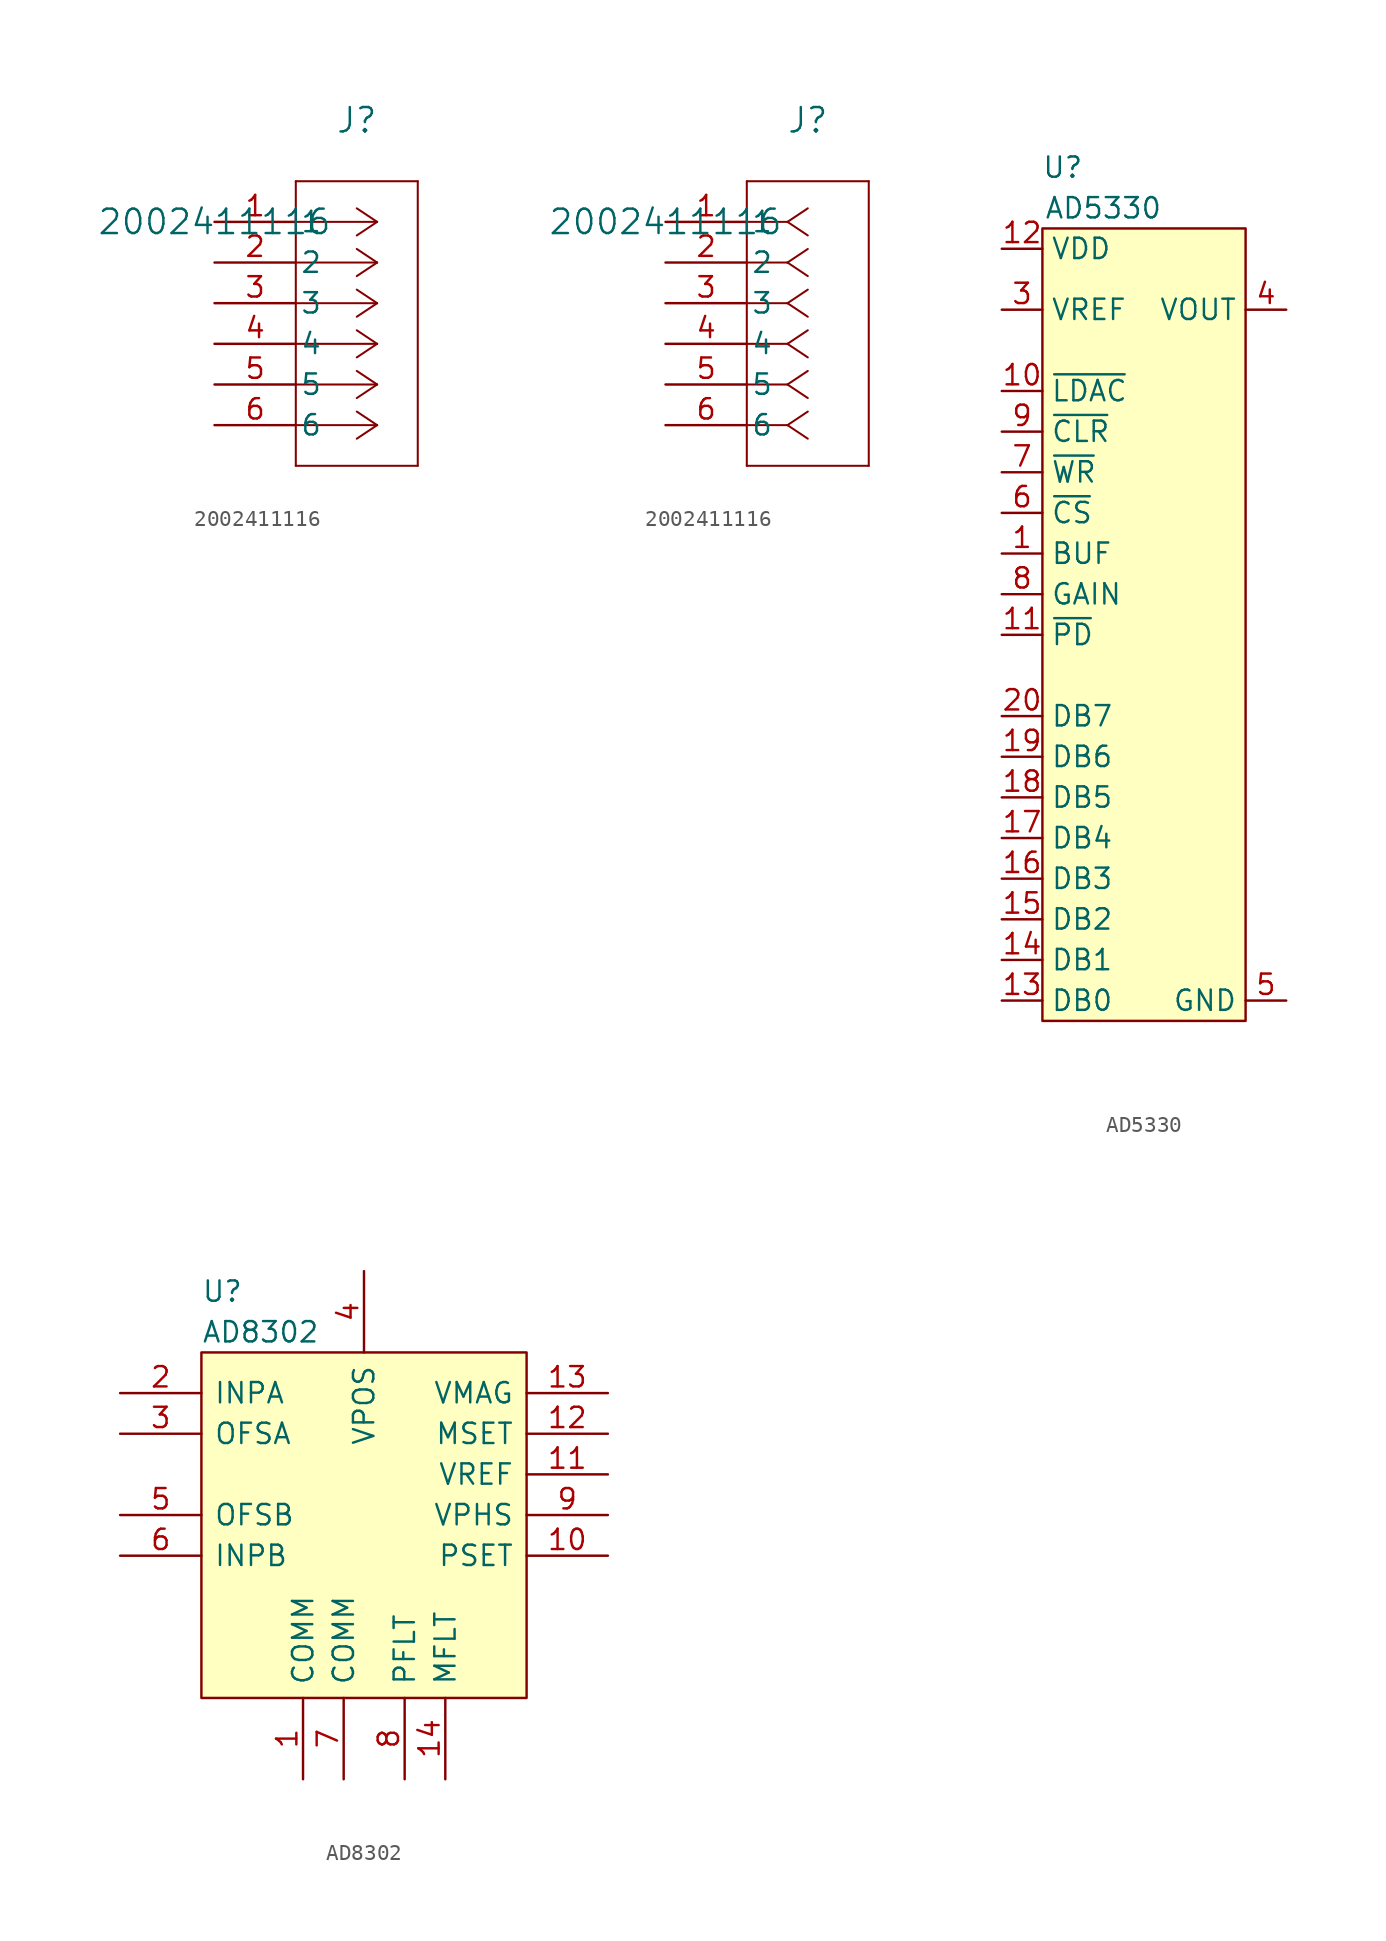
<source format=kicad_sym>
(kicad_symbol_lib
  (version 20231120)
  (generator "kicad_symbol_editor")
  (generator_version "8.0")
  (symbol "2002411116"
    (pin_names
      (offset 0.254))
    (property "Reference" "J"
      (at 8.89 6.35 0)
      (effects (font (size 1.524 1.524))))
    (property "Value" "2002411116"
      (at 0 0 0)
      (effects (font (size 1.524 1.524))))
    (property "ki_locked" ""
      (at 0 0 0)
      (effects (font (size 1.27 1.27))))
    (symbol "2002411116_1_1"
      (polyline (pts (xy 5.08 -15.24) (xy 12.7 -15.24)) (stroke (width 0.127) (type default)) (fill (type none)))
      (polyline (pts (xy 5.08 2.54) (xy 5.08 -15.24)) (stroke (width 0.127) (type default)) (fill (type none)))
      (polyline (pts (xy 10.16 -12.7) (xy 5.08 -12.7)) (stroke (width 0.127) (type default)) (fill (type none)))
      (polyline (pts (xy 10.16 -12.7) (xy 8.89 -13.547)) (stroke (width 0.127) (type default)) (fill (type none)))
      (polyline (pts (xy 10.16 -12.7) (xy 8.89 -11.853)) (stroke (width 0.127) (type default)) (fill (type none)))
      (polyline (pts (xy 10.16 -10.16) (xy 5.08 -10.16)) (stroke (width 0.127) (type default)) (fill (type none)))
      (polyline (pts (xy 10.16 -10.16) (xy 8.89 -11.007)) (stroke (width 0.127) (type default)) (fill (type none)))
      (polyline (pts (xy 10.16 -10.16) (xy 8.89 -9.313)) (stroke (width 0.127) (type default)) (fill (type none)))
      (polyline (pts (xy 10.16 -7.62) (xy 5.08 -7.62)) (stroke (width 0.127) (type default)) (fill (type none)))
      (polyline (pts (xy 10.16 -7.62) (xy 8.89 -8.467)) (stroke (width 0.127) (type default)) (fill (type none)))
      (polyline (pts (xy 10.16 -7.62) (xy 8.89 -6.773)) (stroke (width 0.127) (type default)) (fill (type none)))
      (polyline (pts (xy 10.16 -5.08) (xy 5.08 -5.08)) (stroke (width 0.127) (type default)) (fill (type none)))
      (polyline (pts (xy 10.16 -5.08) (xy 8.89 -5.927)) (stroke (width 0.127) (type default)) (fill (type none)))
      (polyline (pts (xy 10.16 -5.08) (xy 8.89 -4.233)) (stroke (width 0.127) (type default)) (fill (type none)))
      (polyline (pts (xy 10.16 -2.54) (xy 5.08 -2.54)) (stroke (width 0.127) (type default)) (fill (type none)))
      (polyline (pts (xy 10.16 -2.54) (xy 8.89 -3.387)) (stroke (width 0.127) (type default)) (fill (type none)))
      (polyline (pts (xy 10.16 -2.54) (xy 8.89 -1.693)) (stroke (width 0.127) (type default)) (fill (type none)))
      (polyline (pts (xy 10.16 0) (xy 5.08 0)) (stroke (width 0.127) (type default)) (fill (type none)))
      (polyline (pts (xy 10.16 0) (xy 8.89 -0.847)) (stroke (width 0.127) (type default)) (fill (type none)))
      (polyline (pts (xy 10.16 0) (xy 8.89 0.847)) (stroke (width 0.127) (type default)) (fill (type none)))
      (polyline (pts (xy 12.7 -15.24) (xy 12.7 2.54)) (stroke (width 0.127) (type default)) (fill (type none)))
      (polyline (pts (xy 12.7 2.54) (xy 5.08 2.54)) (stroke (width 0.127) (type default)) (fill (type none)))
      (pin unspecified line (at 0 0 0) (length 5.08) (name "1" (effects (font (size 1.27 1.27)))) (number "1" (effects (font (size 1.27 1.27)))))
      (pin unspecified line (at 0 -2.54 0) (length 5.08) (name "2" (effects (font (size 1.27 1.27)))) (number "2" (effects (font (size 1.27 1.27)))))
      (pin unspecified line (at 0 -5.08 0) (length 5.08) (name "3" (effects (font (size 1.27 1.27)))) (number "3" (effects (font (size 1.27 1.27)))))
      (pin unspecified line (at 0 -7.62 0) (length 5.08) (name "4" (effects (font (size 1.27 1.27)))) (number "4" (effects (font (size 1.27 1.27)))))
      (pin unspecified line (at 0 -10.16 0) (length 5.08) (name "5" (effects (font (size 1.27 1.27)))) (number "5" (effects (font (size 1.27 1.27)))))
      (pin unspecified line (at 0 -12.7 0) (length 5.08) (name "6" (effects (font (size 1.27 1.27)))) (number "6" (effects (font (size 1.27 1.27))))))
    (symbol "2002411116_1_2"
      (polyline (pts (xy 5.08 -15.24) (xy 12.7 -15.24)) (stroke (width 0.127) (type default)) (fill (type none)))
      (polyline (pts (xy 5.08 2.54) (xy 5.08 -15.24)) (stroke (width 0.127) (type default)) (fill (type none)))
      (polyline (pts (xy 7.62 -12.7) (xy 5.08 -12.7)) (stroke (width 0.127) (type default)) (fill (type none)))
      (polyline (pts (xy 7.62 -12.7) (xy 8.89 -13.547)) (stroke (width 0.127) (type default)) (fill (type none)))
      (polyline (pts (xy 7.62 -12.7) (xy 8.89 -11.853)) (stroke (width 0.127) (type default)) (fill (type none)))
      (polyline (pts (xy 7.62 -10.16) (xy 5.08 -10.16)) (stroke (width 0.127) (type default)) (fill (type none)))
      (polyline (pts (xy 7.62 -10.16) (xy 8.89 -11.007)) (stroke (width 0.127) (type default)) (fill (type none)))
      (polyline (pts (xy 7.62 -10.16) (xy 8.89 -9.313)) (stroke (width 0.127) (type default)) (fill (type none)))
      (polyline (pts (xy 7.62 -7.62) (xy 5.08 -7.62)) (stroke (width 0.127) (type default)) (fill (type none)))
      (polyline (pts (xy 7.62 -7.62) (xy 8.89 -8.467)) (stroke (width 0.127) (type default)) (fill (type none)))
      (polyline (pts (xy 7.62 -7.62) (xy 8.89 -6.773)) (stroke (width 0.127) (type default)) (fill (type none)))
      (polyline (pts (xy 7.62 -5.08) (xy 5.08 -5.08)) (stroke (width 0.127) (type default)) (fill (type none)))
      (polyline (pts (xy 7.62 -5.08) (xy 8.89 -5.927)) (stroke (width 0.127) (type default)) (fill (type none)))
      (polyline (pts (xy 7.62 -5.08) (xy 8.89 -4.233)) (stroke (width 0.127) (type default)) (fill (type none)))
      (polyline (pts (xy 7.62 -2.54) (xy 5.08 -2.54)) (stroke (width 0.127) (type default)) (fill (type none)))
      (polyline (pts (xy 7.62 -2.54) (xy 8.89 -3.387)) (stroke (width 0.127) (type default)) (fill (type none)))
      (polyline (pts (xy 7.62 -2.54) (xy 8.89 -1.693)) (stroke (width 0.127) (type default)) (fill (type none)))
      (polyline (pts (xy 7.62 0) (xy 5.08 0)) (stroke (width 0.127) (type default)) (fill (type none)))
      (polyline (pts (xy 7.62 0) (xy 8.89 -0.847)) (stroke (width 0.127) (type default)) (fill (type none)))
      (polyline (pts (xy 7.62 0) (xy 8.89 0.847)) (stroke (width 0.127) (type default)) (fill (type none)))
      (polyline (pts (xy 12.7 -15.24) (xy 12.7 2.54)) (stroke (width 0.127) (type default)) (fill (type none)))
      (polyline (pts (xy 12.7 2.54) (xy 5.08 2.54)) (stroke (width 0.127) (type default)) (fill (type none)))
      (pin unspecified line (at 0 0 0) (length 5.08) (name "1" (effects (font (size 1.27 1.27)))) (number "1" (effects (font (size 1.27 1.27)))))
      (pin unspecified line (at 0 -2.54 0) (length 5.08) (name "2" (effects (font (size 1.27 1.27)))) (number "2" (effects (font (size 1.27 1.27)))))
      (pin unspecified line (at 0 -5.08 0) (length 5.08) (name "3" (effects (font (size 1.27 1.27)))) (number "3" (effects (font (size 1.27 1.27)))))
      (pin unspecified line (at 0 -7.62 0) (length 5.08) (name "4" (effects (font (size 1.27 1.27)))) (number "4" (effects (font (size 1.27 1.27)))))
      (pin unspecified line (at 0 -10.16 0) (length 5.08) (name "5" (effects (font (size 1.27 1.27)))) (number "5" (effects (font (size 1.27 1.27)))))
      (pin unspecified line (at 0 -12.7 0) (length 5.08) (name "6" (effects (font (size 1.27 1.27)))) (number "6" (effects (font (size 1.27 1.27)))))))
  (symbol "AD5330"
    (property "Reference" "U"
      (at -5.08 25.4 0)
      (effects (font (size 1.27 1.27))))
    (property "Value" "AD5330"
      (at -2.54 22.86 0)
      (effects (font (size 1.27 1.27))))
    (symbol "AD5330_0_0"
      (pin input line (at -8.89 11.43 0) (length 2.54) (name "~{LDAC}" (effects (font (size 1.27 1.27)))) (number "10" (effects (font (size 1.27 1.27)))))
      (pin input line (at -8.89 -3.81 0) (length 2.54) (name "~{PD}" (effects (font (size 1.27 1.27)))) (number "11" (effects (font (size 1.27 1.27)))))
      (pin no_connect line (at 8.89 -24.13 180) (length 2.54) hide (name "NC" (effects (font (size 1.27 1.27)))) (number "2" (effects (font (size 1.27 1.27)))))
      (pin output line (at 8.89 16.51 180) (length 2.54) (name "VOUT" (effects (font (size 1.27 1.27)))) (number "4" (effects (font (size 1.27 1.27)))))
      (pin input line (at -8.89 6.35 0) (length 2.54) (name "~{WR}" (effects (font (size 1.27 1.27)))) (number "7" (effects (font (size 1.27 1.27)))))
      (pin input line (at -8.89 -1.27 0) (length 2.54) (name "GAIN" (effects (font (size 1.27 1.27)))) (number "8" (effects (font (size 1.27 1.27)))))
      (pin input line (at -8.89 8.89 0) (length 2.54) (name "~{CLR}" (effects (font (size 1.27 1.27)))) (number "9" (effects (font (size 1.27 1.27))))))
    (symbol "AD5330_0_1"
      (rectangle (start -6.35 21.59) (end 6.35 -27.94) (stroke (width 0.152) (type default)) (fill (type background))))
    (symbol "AD5330_1_1"
      (pin input line (at -8.89 1.27 0) (length 2.54) (name "BUF" (effects (font (size 1.27 1.27)))) (number "1" (effects (font (size 1.27 1.27)))))
      (pin power_in line (at -8.89 20.32 0) (length 2.54) (name "VDD" (effects (font (size 1.27 1.27)))) (number "12" (effects (font (size 1.27 1.27)))))
      (pin input line (at -8.89 -26.67 0) (length 2.54) (name "DB0" (effects (font (size 1.27 1.27)))) (number "13" (effects (font (size 1.27 1.27)))))
      (pin input line (at -8.89 -24.13 0) (length 2.54) (name "DB1" (effects (font (size 1.27 1.27)))) (number "14" (effects (font (size 1.27 1.27)))))
      (pin input line (at -8.89 -21.59 0) (length 2.54) (name "DB2" (effects (font (size 1.27 1.27)))) (number "15" (effects (font (size 1.27 1.27)))))
      (pin input line (at -8.89 -19.05 0) (length 2.54) (name "DB3" (effects (font (size 1.27 1.27)))) (number "16" (effects (font (size 1.27 1.27)))))
      (pin input line (at -8.89 -16.51 0) (length 2.54) (name "DB4" (effects (font (size 1.27 1.27)))) (number "17" (effects (font (size 1.27 1.27)))))
      (pin input line (at -8.89 -13.97 0) (length 2.54) (name "DB5" (effects (font (size 1.27 1.27)))) (number "18" (effects (font (size 1.27 1.27)))))
      (pin input line (at -8.89 -11.43 0) (length 2.54) (name "DB6" (effects (font (size 1.27 1.27)))) (number "19" (effects (font (size 1.27 1.27)))))
      (pin input line (at -8.89 -8.89 0) (length 2.54) (name "DB7" (effects (font (size 1.27 1.27)))) (number "20" (effects (font (size 1.27 1.27)))))
      (pin input line (at -8.89 16.51 0) (length 2.54) (name "VREF" (effects (font (size 1.27 1.27)))) (number "3" (effects (font (size 1.27 1.27)))))
      (pin power_out line (at 8.89 -26.67 180) (length 2.54) (name "GND" (effects (font (size 1.27 1.27)))) (number "5" (effects (font (size 1.27 1.27)))))
      (pin input line (at -8.89 3.81 0) (length 2.54) (name "~{CS}" (effects (font (size 1.27 1.27)))) (number "6" (effects (font (size 1.27 1.27)))))))
  (symbol "AD8302"
    (pin_names
      (offset 0.762))
    (property "Reference" "U"
      (at -10.16 13.97 0)
      (effects (font (size 1.27 1.27)) (justify left)))
    (property "Value" "AD8302"
      (at -10.16 11.43 0)
      (effects (font (size 1.27 1.27)) (justify left)))
    (symbol "AD8302_0_0"
      (pin power_in line (at -3.81 -16.51 90) (length 5.08) (name "COMM" (effects (font (size 1.27 1.27)))) (number "1" (effects (font (size 1.27 1.27)))))
      (pin bidirectional line (at 15.24 -2.54 180) (length 5.08) (name "PSET" (effects (font (size 1.27 1.27)))) (number "10" (effects (font (size 1.27 1.27)))))
      (pin bidirectional line (at 15.24 2.54 180) (length 5.08) (name "VREF" (effects (font (size 1.27 1.27)))) (number "11" (effects (font (size 1.27 1.27)))))
      (pin bidirectional line (at 15.24 5.08 180) (length 5.08) (name "MSET" (effects (font (size 1.27 1.27)))) (number "12" (effects (font (size 1.27 1.27)))))
      (pin bidirectional line (at 15.24 7.62 180) (length 5.08) (name "VMAG" (effects (font (size 1.27 1.27)))) (number "13" (effects (font (size 1.27 1.27)))))
      (pin bidirectional line (at 5.08 -16.51 90) (length 5.08) (name "MFLT" (effects (font (size 1.27 1.27)))) (number "14" (effects (font (size 1.27 1.27)))))
      (pin bidirectional line (at -15.24 7.62 0) (length 5.08) (name "INPA" (effects (font (size 1.27 1.27)))) (number "2" (effects (font (size 1.27 1.27)))))
      (pin bidirectional line (at -15.24 5.08 0) (length 5.08) (name "OFSA" (effects (font (size 1.27 1.27)))) (number "3" (effects (font (size 1.27 1.27)))))
      (pin power_in line (at 0 15.24 270) (length 5.08) (name "VPOS" (effects (font (size 1.27 1.27)))) (number "4" (effects (font (size 1.27 1.27)))))
      (pin bidirectional line (at -15.24 0 0) (length 5.08) (name "OFSB" (effects (font (size 1.27 1.27)))) (number "5" (effects (font (size 1.27 1.27)))))
      (pin bidirectional line (at -15.24 -2.54 0) (length 5.08) (name "INPB" (effects (font (size 1.27 1.27)))) (number "6" (effects (font (size 1.27 1.27)))))
      (pin power_in line (at -1.27 -16.51 90) (length 5.08) (name "COMM" (effects (font (size 1.27 1.27)))) (number "7" (effects (font (size 1.27 1.27)))))
      (pin bidirectional line (at 2.54 -16.51 90) (length 5.08) (name "PFLT" (effects (font (size 1.27 1.27)))) (number "8" (effects (font (size 1.27 1.27)))))
      (pin bidirectional line (at 15.24 0 180) (length 5.08) (name "VPHS" (effects (font (size 1.27 1.27)))) (number "9" (effects (font (size 1.27 1.27))))))
    (symbol "AD8302_0_1"
      (polyline (pts (xy -10.16 10.16) (xy 10.16 10.16) (xy 10.16 -11.43) (xy -10.16 -11.43) (xy -10.16 10.16)) (stroke (width 0.152) (type default)) (fill (type background))))))
</source>
